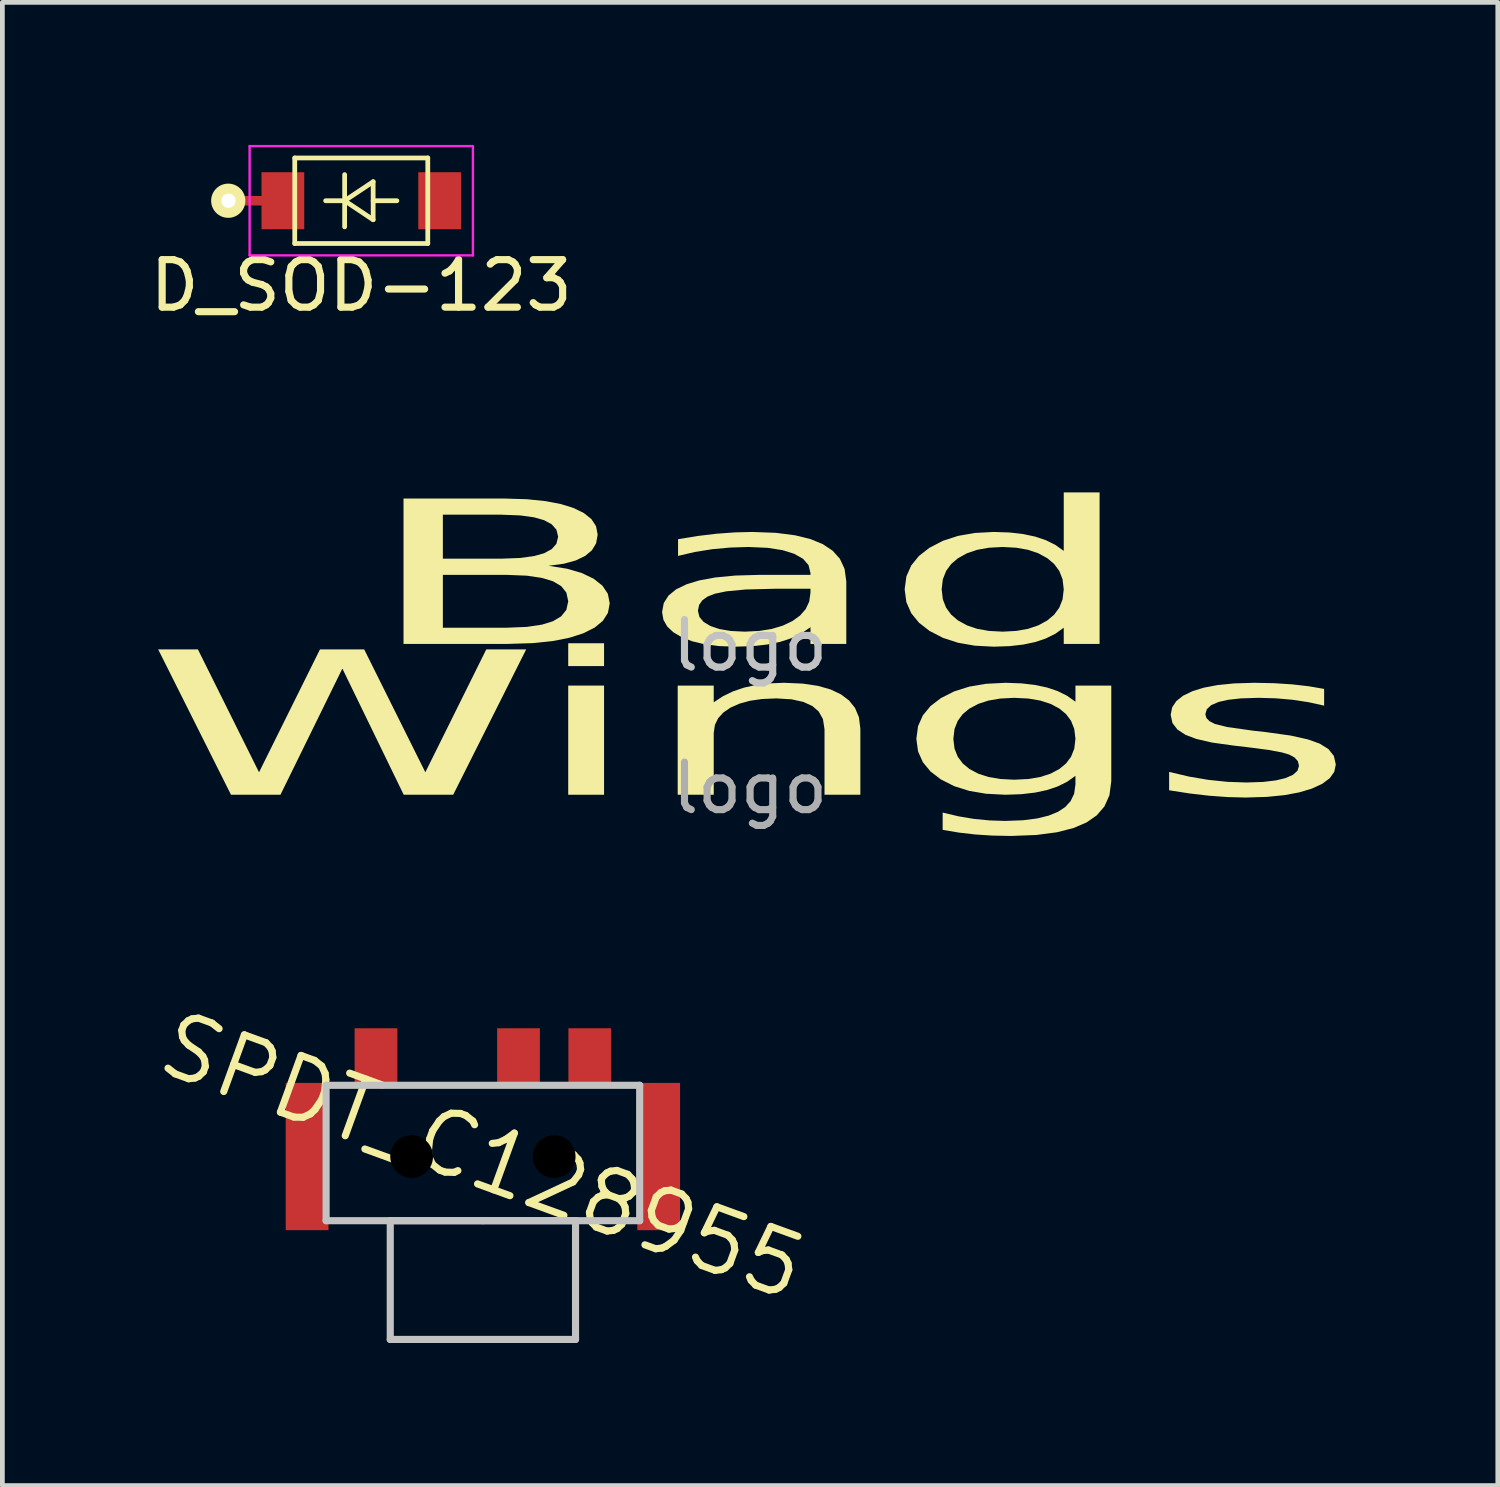
<source format=kicad_pcb>
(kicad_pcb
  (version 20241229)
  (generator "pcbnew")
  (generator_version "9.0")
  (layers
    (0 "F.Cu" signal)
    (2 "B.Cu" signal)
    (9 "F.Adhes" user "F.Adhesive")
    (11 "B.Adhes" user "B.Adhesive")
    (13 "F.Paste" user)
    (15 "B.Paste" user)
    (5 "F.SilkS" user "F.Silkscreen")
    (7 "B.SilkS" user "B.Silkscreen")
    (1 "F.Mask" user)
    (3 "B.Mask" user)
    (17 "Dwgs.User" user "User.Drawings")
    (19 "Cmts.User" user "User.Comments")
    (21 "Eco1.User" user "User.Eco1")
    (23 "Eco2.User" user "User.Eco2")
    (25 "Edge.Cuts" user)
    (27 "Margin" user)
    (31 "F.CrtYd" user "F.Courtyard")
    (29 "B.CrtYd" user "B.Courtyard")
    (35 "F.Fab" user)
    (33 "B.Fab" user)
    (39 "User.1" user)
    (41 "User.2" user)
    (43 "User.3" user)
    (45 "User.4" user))
  (footprint "D_SOD-123"
    (layer "F.Cu")
    (at 4.554 1.175)
    (property "Reference" "D_SOD-123" (at 0 1.785 180) (layer "F.SilkS") (effects (font (size 1 1) (thickness 0.15))))
    (attr smd)
    (fp_line (start -1.4 -0.9) (end 1.4 -0.9) (stroke (width 0.1) (type solid)) (layer "F.SilkS"))
    (fp_line (start -1.4 0.9) (end -1.4 -0.9) (stroke (width 0.1) (type solid)) (layer "F.SilkS"))
    (fp_line (start -0.75 0) (end -0.35 0) (stroke (width 0.1) (type solid)) (layer "F.SilkS"))
    (fp_line (start -0.35 0) (end -0.35 -0.55) (stroke (width 0.1) (type solid)) (layer "F.SilkS"))
    (fp_line (start -0.35 0) (end -0.35 0.55) (stroke (width 0.1) (type solid)) (layer "F.SilkS"))
    (fp_line (start -0.35 0) (end 0.25 -0.4) (stroke (width 0.1) (type solid)) (layer "F.SilkS"))
    (fp_line (start 0.25 -0.4) (end 0.25 0.4) (stroke (width 0.1) (type solid)) (layer "F.SilkS"))
    (fp_line (start 0.25 0) (end 0.75 0) (stroke (width 0.1) (type solid)) (layer "F.SilkS"))
    (fp_line (start 0.25 0.4) (end -0.35 0) (stroke (width 0.1) (type solid)) (layer "F.SilkS"))
    (fp_line (start 1.4 -0.9) (end 1.4 0.9) (stroke (width 0.1) (type solid)) (layer "F.SilkS"))
    (fp_line (start 1.4 0.9) (end -1.4 0.9) (stroke (width 0.1) (type solid)) (layer "F.SilkS"))
    (fp_circle (center -2.8 0) (end -2.5 0) (stroke (width 0.12) (type solid)) (fill yes) (layer "F.SilkS"))
    (fp_line (start -2.35 -1.15) (end -2.35 1.15) (stroke (width 0.05) (type solid)) (layer "F.CrtYd"))
    (fp_line (start -2.35 -1.15) (end 2.35 -1.15) (stroke (width 0.05) (type solid)) (layer "F.CrtYd"))
    (fp_line (start 2.35 -1.15) (end 2.35 1.15) (stroke (width 0.05) (type solid)) (layer "F.CrtYd"))
    (fp_line (start 2.35 1.15) (end -2.35 1.15) (stroke (width 0.05) (type solid)) (layer "F.CrtYd"))
    (pad "1" thru_hole circle (at -2.794 0) (size 0.6 0.6) (drill 0.3) (layers "*.Cu"))
    (pad "1" smd rect (at -2.286 0) (size 0.9 0.2) (layers "F.Cu"))
    (pad "1" smd rect (at -1.65 0) (size 0.9 1.2) (layers "F.Cu" "F.Mask" "F.Paste"))
    (pad "2" smd rect (at 1.65 0) (size 0.9 1.2) (layers "F.Cu" "F.Mask" "F.Paste")))
  (footprint "SPDT_C128955"
    (layer "F.Cu")
    (at 7.114 21.293)
    (property "Reference" "SPDT_C128955" (at 0 0 160) (layer "F.SilkS") (effects (font (size 1.27 1.27) (thickness 0.15))))
    (attr smd)
    (fp_line (start -3.3 -1.5) (end 3.3 -1.5) (stroke (width 0.15) (type solid)) (layer "Dwgs.User"))
    (fp_line (start -3.3 1.35) (end -3.3 -1.5) (stroke (width 0.15) (type solid)) (layer "Dwgs.User"))
    (fp_line (start -1.95 1.35) (end -1.95 3.85) (stroke (width 0.15) (type solid)) (layer "Dwgs.User"))
    (fp_line (start -1.95 3.85) (end 1.95 3.85) (stroke (width 0.15) (type solid)) (layer "Dwgs.User"))
    (fp_line (start 0 1.35) (end -3.3 1.35) (stroke (width 0.15) (type solid)) (layer "Dwgs.User"))
    (fp_line (start 0 1.35) (end 3.3 1.35) (stroke (width 0.15) (type solid)) (layer "Dwgs.User"))
    (fp_line (start 1.95 1.35) (end -1.95 1.35) (stroke (width 0.15) (type solid)) (layer "Dwgs.User"))
    (fp_line (start 1.95 3.85) (end 1.95 1.35) (stroke (width 0.15) (type solid)) (layer "Dwgs.User"))
    (fp_line (start 3.3 -1.5) (end 3.3 1.35) (stroke (width 0.15) (type solid)) (layer "Dwgs.User"))
    (pad "" smd rect (at -3.7 0) (size 0.9 3.1) (layers "F.Cu" "F.Mask" "F.Paste"))
    (pad "" np_thru_hole circle (at -1.5 0 160) (size 0.9 0.9) (drill 0.9) (layers "*.Mask"))
    (pad "" np_thru_hole circle (at 1.5 0 160) (size 0.9 0.9) (drill 0.9) (layers "*.Mask"))
    (pad "" smd rect (at 3.7 0) (size 0.9 3.1) (layers "F.Cu" "F.Mask" "F.Paste"))
    (pad "1" smd rect (at -2.25 -2.075) (size 0.9 1.25) (layers "F.Cu" "F.Mask" "F.Paste"))
    (pad "2" smd rect (at 0.75 -2.075) (size 0.9 1.25) (layers "F.Cu" "F.Mask" "F.Paste"))
    (pad "3" smd rect (at 2.25 -2.075) (size 0.9 1.25) (layers "F.Cu" "F.Mask" "F.Paste")))
  (footprint "logo"
    (layer "F.Cu")
    (at 12.738 11.036)
    (property "Reference" "logo" (at 0 -0.5 0) (unlocked yes) (layer "Dwgs.User") (effects (font (size 1 1) (thickness 0.15))))
    (attr smd)
    (fp_text user "Bad" (at 0 -1.778 0) (unlocked yes) (layer "F.SilkS") (effects (font (face "a Another Tag") (size 3 6) (thickness 0.15))))
    (fp_text user "Wings" (at 0 1.397 0) (unlocked yes) (layer "F.SilkS") (effects (font (face "a Another Tag") (size 3 6) (thickness 0.15))))
    (fp_text user "${REFERENCE}" (at 0 2.5 0) (unlocked yes) (layer "F.Fab") (effects (font (size 1 1) (thickness 0.15)))))
  (gr_rect
    (start -3 -3)
    (end 28.476 28.218)
    (stroke (width 0.1) (type default))
    (fill no)
    (layer "Edge.Cuts")))
</source>
